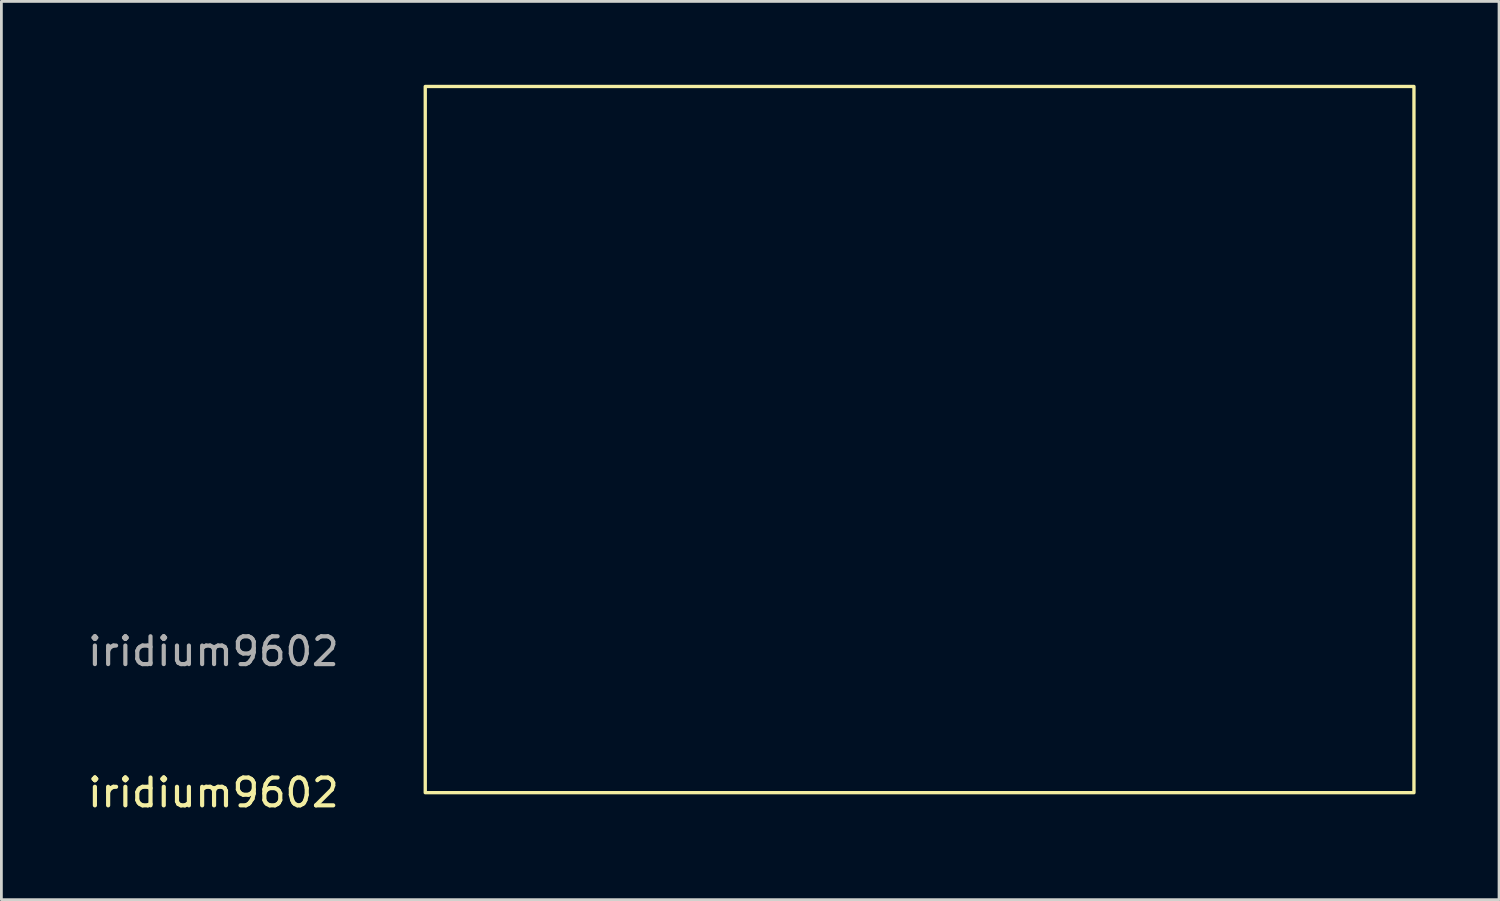
<source format=kicad_pcb>
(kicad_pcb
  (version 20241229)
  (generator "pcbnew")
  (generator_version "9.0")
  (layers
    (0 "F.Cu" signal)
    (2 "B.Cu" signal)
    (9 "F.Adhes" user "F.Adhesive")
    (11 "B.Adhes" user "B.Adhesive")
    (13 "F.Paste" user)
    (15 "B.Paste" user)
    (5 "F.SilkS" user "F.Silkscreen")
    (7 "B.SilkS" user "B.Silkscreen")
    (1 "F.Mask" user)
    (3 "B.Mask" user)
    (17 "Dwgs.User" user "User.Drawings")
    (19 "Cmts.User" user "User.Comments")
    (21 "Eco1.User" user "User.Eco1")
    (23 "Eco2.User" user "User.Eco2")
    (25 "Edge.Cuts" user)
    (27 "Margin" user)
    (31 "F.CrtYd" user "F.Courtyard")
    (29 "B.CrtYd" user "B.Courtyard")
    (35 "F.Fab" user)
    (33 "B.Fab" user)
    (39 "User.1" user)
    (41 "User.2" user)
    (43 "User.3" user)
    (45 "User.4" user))
  (footprint "iridium9602"
    (layer "F.Cu")
    (at 27.485 12.76)
    (property "Reference" "iridium9602" (at -22.86 12.7 0) (unlocked yes) (layer "F.SilkS") (effects (font (size 1 1) (thickness 0.15))))
    (attr smd)
    (fp_rect (start -15.24 -12.7) (end 20.32 12.7) (stroke (width 0.12) (type solid)) (fill no) (layer "F.SilkS"))
    (fp_text user "${REFERENCE}" (at -22.86 7.62 0) (unlocked yes) (layer "F.Fab") (effects (font (size 1 1) (thickness 0.15)))))
  (gr_rect
    (start -3 -3)
    (end 50.865 29.308)
    (stroke (width 0.1) (type default))
    (fill no)
    (layer "Edge.Cuts")))
</source>
